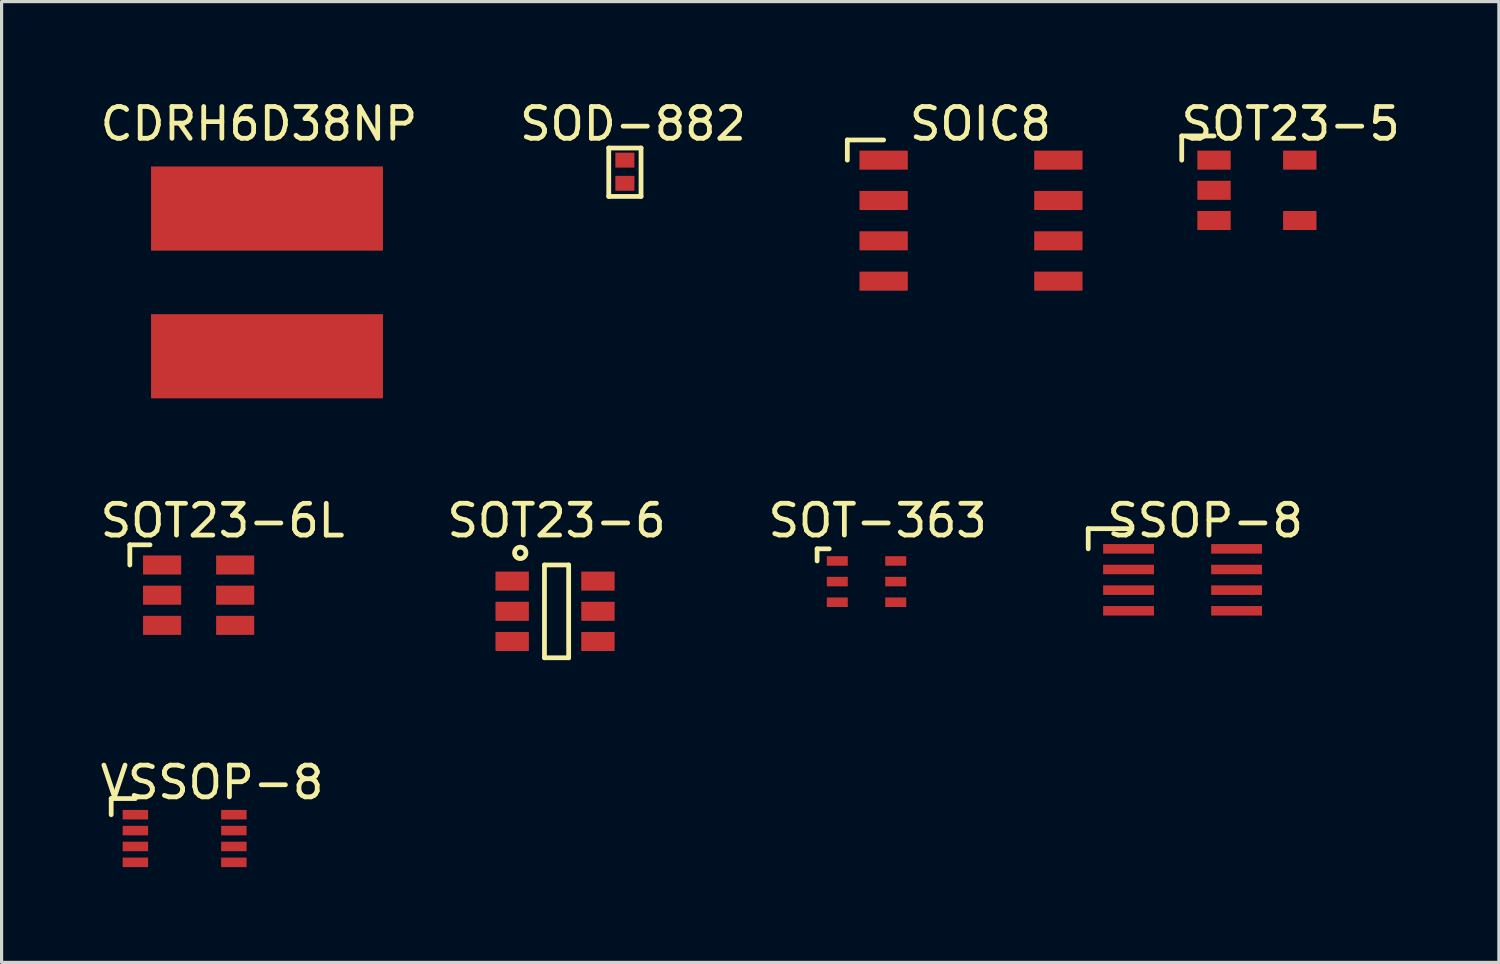
<source format=kicad_pcb>
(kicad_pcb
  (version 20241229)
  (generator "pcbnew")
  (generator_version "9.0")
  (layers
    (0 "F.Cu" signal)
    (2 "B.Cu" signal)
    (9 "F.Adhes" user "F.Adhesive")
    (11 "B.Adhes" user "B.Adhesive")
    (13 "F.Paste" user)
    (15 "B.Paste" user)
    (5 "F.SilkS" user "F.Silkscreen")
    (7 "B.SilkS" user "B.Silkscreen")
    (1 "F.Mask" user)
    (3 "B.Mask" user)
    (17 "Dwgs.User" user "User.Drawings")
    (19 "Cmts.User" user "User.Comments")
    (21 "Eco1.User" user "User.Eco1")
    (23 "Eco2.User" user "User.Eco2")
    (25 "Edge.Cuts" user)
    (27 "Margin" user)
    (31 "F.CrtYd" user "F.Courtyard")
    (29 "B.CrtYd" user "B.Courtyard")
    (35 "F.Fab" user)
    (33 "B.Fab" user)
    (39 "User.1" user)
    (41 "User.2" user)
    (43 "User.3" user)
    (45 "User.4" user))
  (footprint "SSOP-8"
    (layer "F.Cu")
    (at 32.476 14.227)
    (property "Reference" "SSOP-8" (at 2.413 -0.889 0) (layer "F.SilkS") (effects (font (size 1 1) (thickness 0.15))))
    (attr through_hole)
    (fp_line (start -1.27 -0.635) (end 0 -0.635) (stroke (width 0.15) (type solid)) (layer "F.SilkS"))
    (fp_line (start -1.27 0) (end -1.27 -0.635) (stroke (width 0.15) (type solid)) (layer "F.SilkS"))
    (pad "1" smd rect (at 0 0) (size 1.6 0.3) (layers "F.Cu" "F.Mask" "F.Paste"))
    (pad "2" smd rect (at 0 0.65) (size 1.6 0.3) (layers "F.Cu" "F.Mask" "F.Paste"))
    (pad "3" smd rect (at 0 1.3) (size 1.6 0.3) (layers "F.Cu" "F.Mask" "F.Paste"))
    (pad "4" smd rect (at 0 1.95) (size 1.6 0.3) (layers "F.Cu" "F.Mask" "F.Paste"))
    (pad "5" smd rect (at 3.4 1.95) (size 1.6 0.3) (layers "F.Cu" "F.Mask" "F.Paste"))
    (pad "6" smd rect (at 3.4 1.3) (size 1.6 0.3) (layers "F.Cu" "F.Mask" "F.Paste"))
    (pad "7" smd rect (at 3.4 0.65) (size 1.6 0.3) (layers "F.Cu" "F.Mask" "F.Paste"))
    (pad "8" smd rect (at 3.4 0) (size 1.6 0.3) (layers "F.Cu" "F.Mask" "F.Paste")))
  (footprint "SOT23-6L"
    (layer "F.Cu")
    (at 2.053 14.736)
    (property "Reference" "SOT23-6L" (at 1.905 -1.397 0) (layer "F.SilkS") (effects (font (size 1 1) (thickness 0.15))))
    (attr through_hole)
    (fp_line (start -1.016 -0.635) (end -0.381 -0.635) (stroke (width 0.15) (type solid)) (layer "F.SilkS"))
    (fp_line (start -1.016 0) (end -1.016 -0.635) (stroke (width 0.15) (type solid)) (layer "F.SilkS"))
    (pad "1" smd rect (at 0 0) (size 1.2 0.6) (layers "F.Cu" "F.Mask" "F.Paste"))
    (pad "2" smd rect (at 0 0.95) (size 1.2 0.6) (layers "F.Cu" "F.Mask" "F.Paste"))
    (pad "3" smd rect (at 0 1.9) (size 1.2 0.6) (layers "F.Cu" "F.Mask" "F.Paste"))
    (pad "4" smd rect (at 2.3 1.9) (size 1.2 0.6) (layers "F.Cu" "F.Mask" "F.Paste"))
    (pad "5" smd rect (at 2.3 0.95) (size 1.2 0.6) (layers "F.Cu" "F.Mask" "F.Paste"))
    (pad "6" smd rect (at 2.3 0) (size 1.2 0.6) (layers "F.Cu" "F.Mask" "F.Paste")))
  (footprint "VSSOP-8"
    (layer "F.Cu")
    (at 1.212 22.596)
    (property "Reference" "VSSOP-8" (at 2.413 -1.016 0) (layer "F.SilkS") (effects (font (size 1 1) (thickness 0.15))))
    (attr through_hole)
    (fp_line (start -0.762 -0.508) (end -0.762 0) (stroke (width 0.15) (type solid)) (layer "F.SilkS"))
    (fp_line (start 0 -0.508) (end -0.762 -0.508) (stroke (width 0.15) (type solid)) (layer "F.SilkS"))
    (pad "1" smd rect (at 0 0) (size 0.8 0.3) (layers "F.Cu" "F.Mask" "F.Paste"))
    (pad "2" smd rect (at 0 0.5) (size 0.8 0.3) (layers "F.Cu" "F.Mask" "F.Paste"))
    (pad "3" smd rect (at 0 1) (size 0.8 0.3) (layers "F.Cu" "F.Mask" "F.Paste"))
    (pad "4" smd rect (at 0 1.5) (size 0.8 0.3) (layers "F.Cu" "F.Mask" "F.Paste"))
    (pad "5" smd rect (at 3.1 1.5) (size 0.8 0.3) (layers "F.Cu" "F.Mask" "F.Paste"))
    (pad "6" smd rect (at 3.1 1) (size 0.8 0.3) (layers "F.Cu" "F.Mask" "F.Paste"))
    (pad "7" smd rect (at 3.1 0.5) (size 0.8 0.3) (layers "F.Cu" "F.Mask" "F.Paste"))
    (pad "8" smd rect (at 3.1 0) (size 0.8 0.3) (layers "F.Cu" "F.Mask" "F.Paste")))
  (footprint "SOT-363"
    (layer "F.Cu")
    (at 23.307 14.608)
    (property "Reference" "SOT-363" (at 1.27 -1.27 0) (layer "F.SilkS") (effects (font (size 1 1) (thickness 0.15))))
    (attr through_hole)
    (fp_line (start -0.635 -0.381) (end -0.254 -0.381) (stroke (width 0.15) (type solid)) (layer "F.SilkS"))
    (fp_line (start -0.635 0) (end -0.635 -0.381) (stroke (width 0.15) (type solid)) (layer "F.SilkS"))
    (pad "1" smd rect (at 0 0) (size 0.66 0.3) (layers "F.Cu" "F.Mask" "F.Paste"))
    (pad "2" smd rect (at 0 0.65) (size 0.66 0.3) (layers "F.Cu" "F.Mask" "F.Paste"))
    (pad "3" smd rect (at 0 1.3) (size 0.66 0.3) (layers "F.Cu" "F.Mask" "F.Paste"))
    (pad "4" smd rect (at 1.84 1.3) (size 0.66 0.3) (layers "F.Cu" "F.Mask" "F.Paste"))
    (pad "5" smd rect (at 1.84 0.65) (size 0.66 0.3) (layers "F.Cu" "F.Mask" "F.Paste"))
    (pad "6" smd rect (at 1.84 0) (size 0.66 0.3) (layers "F.Cu" "F.Mask" "F.Paste")))
  (footprint "SOIC8"
    (layer "F.Cu")
    (at 24.766 1.991)
    (property "Reference" "SOIC8" (at 3.048 -1.143 0) (layer "F.SilkS") (effects (font (size 1 1) (thickness 0.15))))
    (attr through_hole)
    (fp_line (start -1.143 -0.635) (end 0 -0.635) (stroke (width 0.15) (type solid)) (layer "F.SilkS"))
    (fp_line (start -1.143 0) (end -1.143 -0.635) (stroke (width 0.15) (type solid)) (layer "F.SilkS"))
    (pad "1" smd rect (at 0 0) (size 1.52 0.6) (layers "F.Cu" "F.Mask" "F.Paste"))
    (pad "2" smd rect (at 0 1.27) (size 1.52 0.6) (layers "F.Cu" "F.Mask" "F.Paste"))
    (pad "3" smd rect (at 0 2.54) (size 1.52 0.6) (layers "F.Cu" "F.Mask" "F.Paste"))
    (pad "4" smd rect (at 0 3.81) (size 1.52 0.6) (layers "F.Cu" "F.Mask" "F.Paste"))
    (pad "5" smd rect (at 5.5 3.81) (size 1.52 0.6) (layers "F.Cu" "F.Mask" "F.Paste"))
    (pad "6" smd rect (at 5.5 2.54) (size 1.52 0.6) (layers "F.Cu" "F.Mask" "F.Paste"))
    (pad "7" smd rect (at 5.5 1.27) (size 1.52 0.6) (layers "F.Cu" "F.Mask" "F.Paste"))
    (pad "8" smd rect (at 5.5 0) (size 1.52 0.6) (layers "F.Cu" "F.Mask" "F.Paste")))
  (footprint "SOT23-6"
    (layer "F.Cu")
    (at 13.073 15.243)
    (property "Reference" "SOT23-6" (at 1.397 -1.905 0) (layer "F.SilkS") (effects (font (size 1 1) (thickness 0.15))))
    (attr smd)
    (fp_line (start 1.016 -0.508) (end 1.016 2.413) (stroke (width 0.15) (type solid)) (layer "F.SilkS"))
    (fp_line (start 1.016 2.413) (end 1.778 2.413) (stroke (width 0.15) (type solid)) (layer "F.SilkS"))
    (fp_line (start 1.778 -0.508) (end 1.016 -0.508) (stroke (width 0.15) (type solid)) (layer "F.SilkS"))
    (fp_line (start 1.778 2.413) (end 1.778 -0.508) (stroke (width 0.15) (type solid)) (layer "F.SilkS"))
    (fp_circle (center 0.254 -0.889) (end 0.381 -0.762) (stroke (width 0.15) (type solid)) (fill no) (layer "F.SilkS"))
    (pad "1" smd rect (at 0 0) (size 1.05 0.6) (layers "F.Cu" "F.Mask" "F.Paste"))
    (pad "2" smd rect (at 0 0.95) (size 1.05 0.6) (layers "F.Cu" "F.Mask" "F.Paste"))
    (pad "3" smd rect (at 0 1.9) (size 1.05 0.6) (layers "F.Cu" "F.Mask" "F.Paste"))
    (pad "4" smd rect (at 2.7 1.9) (size 1.05 0.6) (layers "F.Cu" "F.Mask" "F.Paste"))
    (pad "5" smd rect (at 2.7 0.95) (size 1.05 0.6) (layers "F.Cu" "F.Mask" "F.Paste"))
    (pad "6" smd rect (at 2.7 0) (size 1.05 0.6) (layers "F.Cu" "F.Mask" "F.Paste")))
  (footprint "SOT23-5"
    (layer "F.Cu")
    (at 35.166 1.991)
    (property "Reference" "SOT23-5" (at 2.413 -1.143 0) (layer "F.SilkS") (effects (font (size 1 1) (thickness 0.15))))
    (attr through_hole)
    (fp_line (start -1.016 -0.762) (end 0 -0.762) (stroke (width 0.15) (type solid)) (layer "F.SilkS"))
    (fp_line (start -1.016 0) (end -1.016 -0.762) (stroke (width 0.15) (type solid)) (layer "F.SilkS"))
    (pad "1" smd rect (at 0 0) (size 1.05 0.6) (layers "F.Cu" "F.Mask" "F.Paste"))
    (pad "2" smd rect (at 0 0.95) (size 1.05 0.6) (layers "F.Cu" "F.Mask" "F.Paste"))
    (pad "3" smd rect (at 0 1.9) (size 1.05 0.6) (layers "F.Cu" "F.Mask" "F.Paste"))
    (pad "4" smd rect (at 2.7 1.9) (size 1.05 0.6) (layers "F.Cu" "F.Mask" "F.Paste"))
    (pad "5" smd rect (at 2.7 0) (size 1.05 0.6) (layers "F.Cu" "F.Mask" "F.Paste")))
  (footprint "CDRH6D38NP"
    (layer "F.Cu")
    (at 5.355 3.515)
    (property "Reference" "CDRH6D38NP" (at -0.254 -2.667 0) (layer "F.SilkS") (effects (font (size 1 1) (thickness 0.15))))
    (attr through_hole)
    (pad "1" smd rect (at 0 0) (size 7.3 2.65) (layers "F.Cu" "F.Mask" "F.Paste"))
    (pad "2" smd rect (at 0 4.65) (size 7.3 2.65) (layers "F.Cu" "F.Mask" "F.Paste")))
  (footprint "SOD-882"
    (layer "F.Cu")
    (at 16.621 1.991)
    (property "Reference" "SOD-882" (at 0.254 -1.143 0) (layer "F.SilkS") (effects (font (size 1 1) (thickness 0.15))))
    (attr through_hole)
    (fp_line (start -0.508 -0.381) (end 0.508 -0.381) (stroke (width 0.15) (type solid)) (layer "F.SilkS"))
    (fp_line (start -0.508 1.143) (end -0.508 -0.381) (stroke (width 0.15) (type solid)) (layer "F.SilkS"))
    (fp_line (start 0.508 -0.381) (end 0.508 1.143) (stroke (width 0.15) (type solid)) (layer "F.SilkS"))
    (fp_line (start 0.508 1.143) (end -0.508 1.143) (stroke (width 0.15) (type solid)) (layer "F.SilkS"))
    (pad "1" smd rect (at 0 0) (size 0.6 0.47) (layers "F.Cu" "F.Mask" "F.Paste"))
    (pad "2" smd rect (at 0 0.73) (size 0.6 0.47) (layers "F.Cu" "F.Mask" "F.Paste")))
  (gr_rect
    (start -3 -3)
    (end 44.133 27.246)
    (stroke (width 0.1) (type default))
    (fill no)
    (layer "Edge.Cuts")))
</source>
